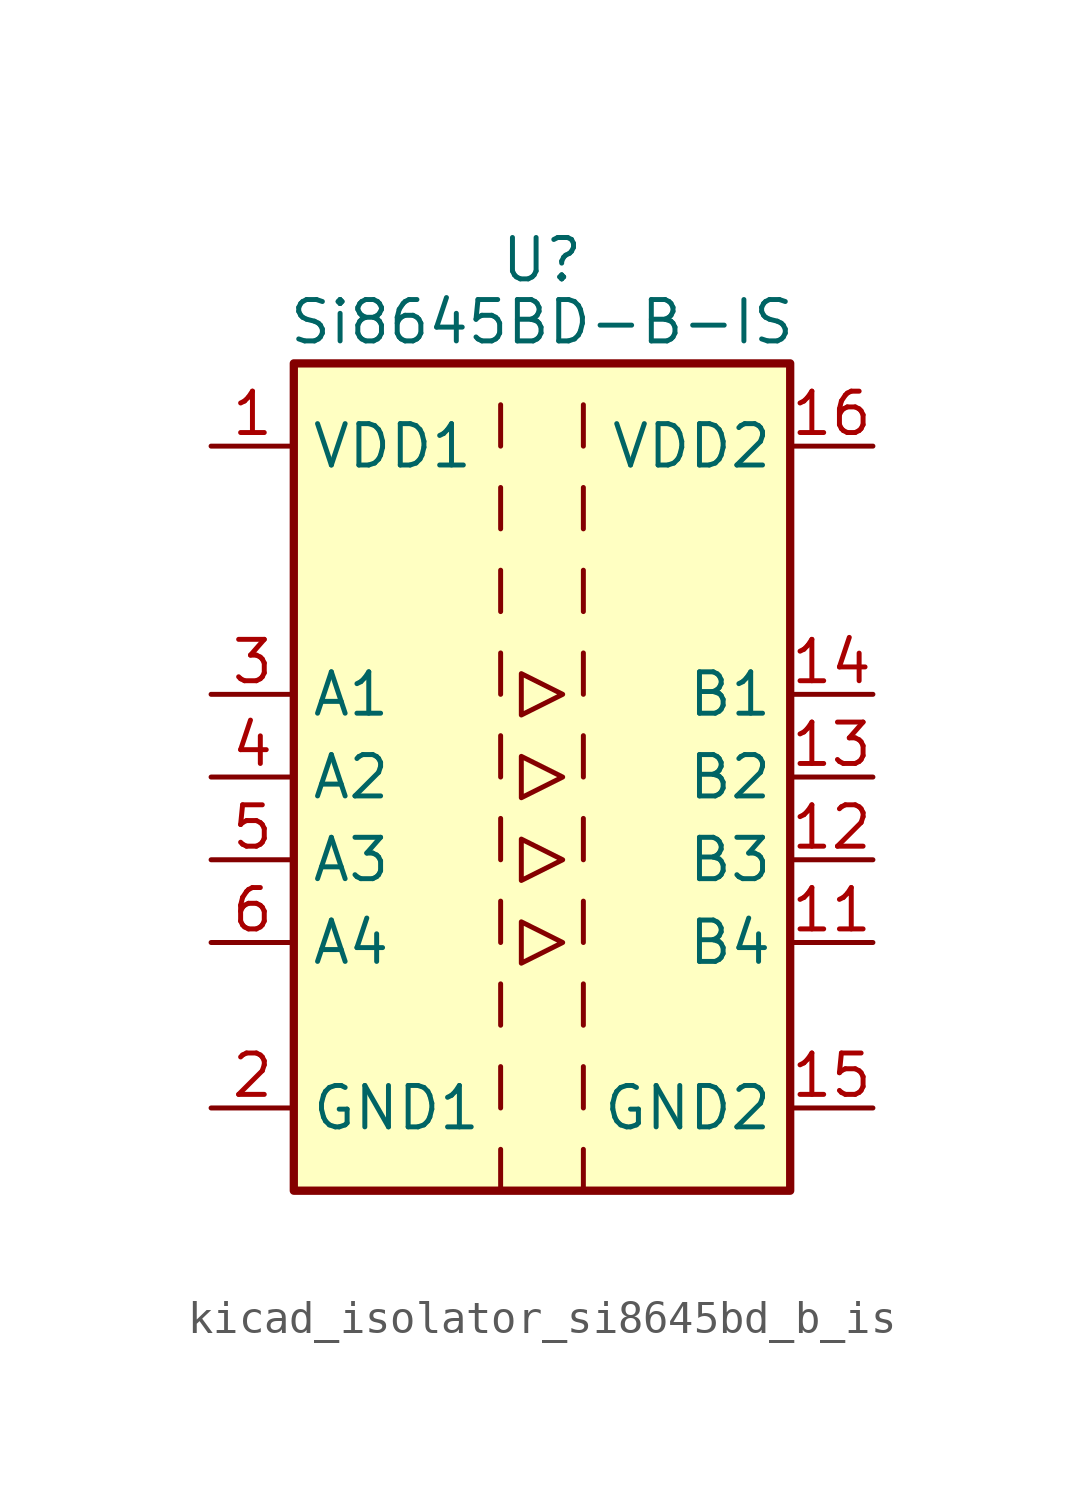
<source format=kicad_sym>
(kicad_symbol_lib
  (version 20220914)
  (generator kicad_symbol_editor)
  (symbol "kicad_isolator_si8645bd_b_is"
    (property "Reference" "U"
      (at 0 15.875 0)
      (effects (font (size 1.27 1.27))))
    (property "Value" "Si8645BD-B-IS"
      (at 0 13.97 0)
      (effects (font (size 1.27 1.27))))
    (symbol "kicad_isolator_si8645bd_b_is_0_1"
      (rectangle (start -7.62 12.7) (end 7.62 -12.7) (stroke (width 0.254) (type default)) (fill (type background)))
      (polyline (pts (xy -1.27 -11.43) (xy -1.27 -12.7)) (stroke (width 0) (type default)) (fill (type none)))
      (polyline (pts (xy -1.27 -8.89) (xy -1.27 -10.16)) (stroke (width 0) (type default)) (fill (type none)))
      (polyline (pts (xy -1.27 -6.35) (xy -1.27 -7.62)) (stroke (width 0) (type default)) (fill (type none)))
      (polyline (pts (xy -1.27 -3.81) (xy -1.27 -5.08)) (stroke (width 0) (type default)) (fill (type none)))
      (polyline (pts (xy -1.27 -1.27) (xy -1.27 -2.54)) (stroke (width 0) (type default)) (fill (type none)))
      (polyline (pts (xy -1.27 1.27) (xy -1.27 0)) (stroke (width 0) (type default)) (fill (type none)))
      (polyline (pts (xy -1.27 3.81) (xy -1.27 2.54)) (stroke (width 0) (type default)) (fill (type none)))
      (polyline (pts (xy -1.27 6.35) (xy -1.27 5.08)) (stroke (width 0) (type default)) (fill (type none)))
      (polyline (pts (xy -1.27 8.89) (xy -1.27 7.62)) (stroke (width 0) (type default)) (fill (type none)))
      (polyline (pts (xy -1.27 11.43) (xy -1.27 10.16)) (stroke (width 0) (type default)) (fill (type none)))
      (polyline (pts (xy 1.27 -11.43) (xy 1.27 -12.7)) (stroke (width 0) (type default)) (fill (type none)))
      (polyline (pts (xy 1.27 -8.89) (xy 1.27 -10.16)) (stroke (width 0) (type default)) (fill (type none)))
      (polyline (pts (xy 1.27 -6.35) (xy 1.27 -7.62)) (stroke (width 0) (type default)) (fill (type none)))
      (polyline (pts (xy 1.27 -3.81) (xy 1.27 -5.08)) (stroke (width 0) (type default)) (fill (type none)))
      (polyline (pts (xy 1.27 -1.27) (xy 1.27 -2.54)) (stroke (width 0) (type default)) (fill (type none)))
      (polyline (pts (xy 1.27 1.27) (xy 1.27 0)) (stroke (width 0) (type default)) (fill (type none)))
      (polyline (pts (xy 1.27 3.81) (xy 1.27 2.54)) (stroke (width 0) (type default)) (fill (type none)))
      (polyline (pts (xy 1.27 6.35) (xy 1.27 5.08)) (stroke (width 0) (type default)) (fill (type none)))
      (polyline (pts (xy 1.27 8.89) (xy 1.27 7.62)) (stroke (width 0) (type default)) (fill (type none)))
      (polyline (pts (xy 1.27 11.43) (xy 1.27 10.16)) (stroke (width 0) (type default)) (fill (type none)))
      (polyline (pts (xy -0.635 0.635) (xy -0.635 -0.635) (xy 0.635 0) (xy -0.635 0.635)) (stroke (width 0) (type default)) (fill (type none)))
      (polyline (pts (xy -0.635 3.175) (xy -0.635 1.905) (xy 0.635 2.54) (xy -0.635 3.175)) (stroke (width 0) (type default)) (fill (type none)))
      (polyline (pts (xy 0.635 -5.08) (xy -0.635 -4.445) (xy -0.635 -5.715) (xy 0.635 -5.08)) (stroke (width 0) (type default)) (fill (type none)))
      (polyline (pts (xy 0.635 -2.54) (xy -0.635 -1.905) (xy -0.635 -3.175) (xy 0.635 -2.54)) (stroke (width 0) (type default)) (fill (type none))))
    (symbol "kicad_isolator_si8645bd_b_is_1_1"
      (pin power_in line (at -10.16 10.16 0) (length 2.54) (name "VDD1" (effects (font (size 1.27 1.27)))) (number "1" (effects (font (size 1.27 1.27)))))
      (pin no_connect line (at 7.62 7.62 180) (length 2.54) hide (name "NC" (effects (font (size 1.27 1.27)))) (number "10" (effects (font (size 1.27 1.27)))))
      (pin output line (at 10.16 -5.08 180) (length 2.54) (name "B4" (effects (font (size 1.27 1.27)))) (number "11" (effects (font (size 1.27 1.27)))))
      (pin output line (at 10.16 -2.54 180) (length 2.54) (name "B3" (effects (font (size 1.27 1.27)))) (number "12" (effects (font (size 1.27 1.27)))))
      (pin output line (at 10.16 0 180) (length 2.54) (name "B2" (effects (font (size 1.27 1.27)))) (number "13" (effects (font (size 1.27 1.27)))))
      (pin output line (at 10.16 2.54 180) (length 2.54) (name "B1" (effects (font (size 1.27 1.27)))) (number "14" (effects (font (size 1.27 1.27)))))
      (pin power_in line (at 10.16 -10.16 180) (length 2.54) (name "GND2" (effects (font (size 1.27 1.27)))) (number "15" (effects (font (size 1.27 1.27)))))
      (pin power_in line (at 10.16 10.16 180) (length 2.54) (name "VDD2" (effects (font (size 1.27 1.27)))) (number "16" (effects (font (size 1.27 1.27)))))
      (pin power_in line (at -10.16 -10.16 0) (length 2.54) (name "GND1" (effects (font (size 1.27 1.27)))) (number "2" (effects (font (size 1.27 1.27)))))
      (pin input line (at -10.16 2.54 0) (length 2.54) (name "A1" (effects (font (size 1.27 1.27)))) (number "3" (effects (font (size 1.27 1.27)))))
      (pin input line (at -10.16 0 0) (length 2.54) (name "A2" (effects (font (size 1.27 1.27)))) (number "4" (effects (font (size 1.27 1.27)))))
      (pin input line (at -10.16 -2.54 0) (length 2.54) (name "A3" (effects (font (size 1.27 1.27)))) (number "5" (effects (font (size 1.27 1.27)))))
      (pin input line (at -10.16 -5.08 0) (length 2.54) (name "A4" (effects (font (size 1.27 1.27)))) (number "6" (effects (font (size 1.27 1.27)))))
      (pin no_connect line (at -7.62 7.62 0) (length 2.54) hide (name "NC" (effects (font (size 1.27 1.27)))) (number "7" (effects (font (size 1.27 1.27)))))
      (pin passive line (at -10.16 -10.16 0) (length 2.54) hide (name "GND1" (effects (font (size 1.27 1.27)))) (number "8" (effects (font (size 1.27 1.27)))))
      (pin passive line (at 10.16 -10.16 180) (length 2.54) hide (name "GND2" (effects (font (size 1.27 1.27)))) (number "9" (effects (font (size 1.27 1.27))))))))
</source>
